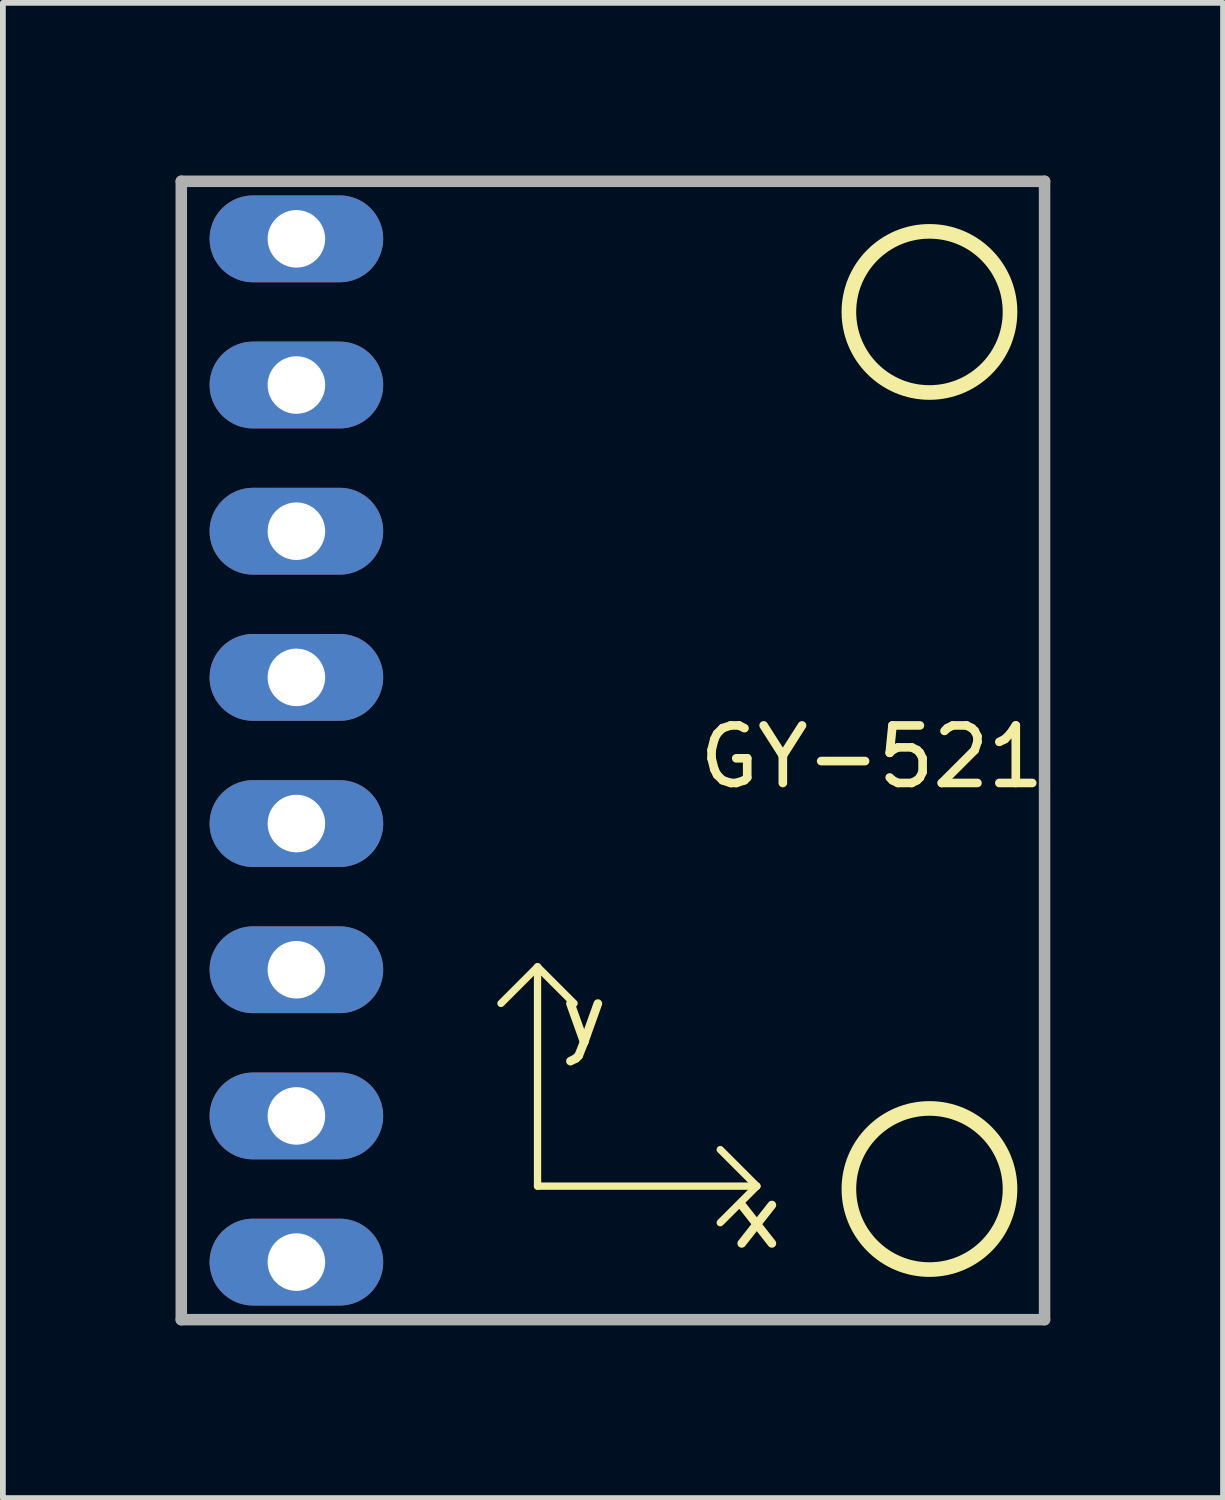
<source format=kicad_pcb>
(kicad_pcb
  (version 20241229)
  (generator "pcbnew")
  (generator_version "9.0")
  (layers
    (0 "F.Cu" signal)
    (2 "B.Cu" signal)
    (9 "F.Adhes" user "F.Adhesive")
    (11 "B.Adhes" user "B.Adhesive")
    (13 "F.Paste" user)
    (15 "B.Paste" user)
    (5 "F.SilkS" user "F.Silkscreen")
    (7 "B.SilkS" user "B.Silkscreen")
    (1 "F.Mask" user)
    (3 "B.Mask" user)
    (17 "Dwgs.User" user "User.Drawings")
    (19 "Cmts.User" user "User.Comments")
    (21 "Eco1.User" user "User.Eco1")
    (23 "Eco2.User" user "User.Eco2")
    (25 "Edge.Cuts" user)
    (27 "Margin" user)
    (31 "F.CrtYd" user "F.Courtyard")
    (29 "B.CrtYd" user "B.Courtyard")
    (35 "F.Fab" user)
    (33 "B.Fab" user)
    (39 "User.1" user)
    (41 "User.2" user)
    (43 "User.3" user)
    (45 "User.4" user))
  (footprint "GY-521"
    (layer "F.Cu")
    (at 2.1 1.1)
    (property "Reference" "GY-521" (at 10 9 180) (layer "F.SilkS") (effects (font (size 1 1) (thickness 0.15))))
    (attr through_hole)
    (fp_line (start 4.19 12.65) (end 3.555 13.285) (stroke (width 0.127) (type solid)) (layer "F.SilkS"))
    (fp_line (start 4.19 12.65) (end 4.825 13.285) (stroke (width 0.127) (type solid)) (layer "F.SilkS"))
    (fp_line (start 4.19 16.46) (end 4.19 12.65) (stroke (width 0.127) (type solid)) (layer "F.SilkS"))
    (fp_line (start 4.19 16.46) (end 8 16.46) (stroke (width 0.127) (type solid)) (layer "F.SilkS"))
    (fp_line (start 8 16.46) (end 7.365 15.825) (stroke (width 0.127) (type solid)) (layer "F.SilkS"))
    (fp_line (start 8 16.46) (end 7.365 17.095) (stroke (width 0.127) (type solid)) (layer "F.SilkS"))
    (fp_circle (center 11 1.27) (end 12.4 1.27) (stroke (width 0.254) (type solid)) (fill no) (layer "F.SilkS"))
    (fp_circle (center 11 16.51) (end 12.4 16.51) (stroke (width 0.254) (type solid)) (fill no) (layer "F.SilkS"))
    (fp_line (start -2 -1) (end -2 18.78) (stroke (width 0.2) (type solid)) (layer "F.Fab"))
    (fp_line (start -2 -1) (end 13 -1) (stroke (width 0.2) (type solid)) (layer "F.Fab"))
    (fp_line (start -2 18.78) (end 13 18.78) (stroke (width 0.2) (type solid)) (layer "F.Fab"))
    (fp_line (start 13 -1) (end 13 18.78) (stroke (width 0.2) (type solid)) (layer "F.Fab"))
    (fp_text user "x" (at 8 17 0) (layer "F.SilkS") (effects (font (size 1 1) (thickness 0.15))))
    (fp_text user "y" (at 5 13.5 0) (layer "F.SilkS") (effects (font (size 1 1) (thickness 0.15))))
    (pad "ADO" thru_hole oval (at 0 15.24) (size 3.016 1.508) (drill 1) (layers "*.Cu" "*.Mask"))
    (pad "GND" thru_hole oval (at 0 2.54) (size 3.016 1.508) (drill 1) (layers "*.Cu" "*.Mask"))
    (pad "INT" thru_hole oval (at 0 17.78) (size 3.016 1.508) (drill 1) (layers "*.Cu" "*.Mask"))
    (pad "SCL" thru_hole oval (at 0 5.08) (size 3.016 1.508) (drill 1) (layers "*.Cu" "*.Mask"))
    (pad "SDA" thru_hole oval (at 0 7.62) (size 3.016 1.508) (drill 1) (layers "*.Cu" "*.Mask"))
    (pad "VCC" thru_hole oval (at 0 0) (size 3.016 1.508) (drill 1) (layers "*.Cu" "*.Mask"))
    (pad "XCL" thru_hole oval (at 0 10.16) (size 3.016 1.508) (drill 1) (layers "*.Cu" "*.Mask"))
    (pad "XDA" thru_hole oval (at 0 12.7) (size 3.016 1.508) (drill 1) (layers "*.Cu" "*.Mask")))
  (gr_rect
    (start -3 -3)
    (end 18.201 22.98)
    (stroke (width 0.1) (type default))
    (fill no)
    (layer "Edge.Cuts")))
</source>
